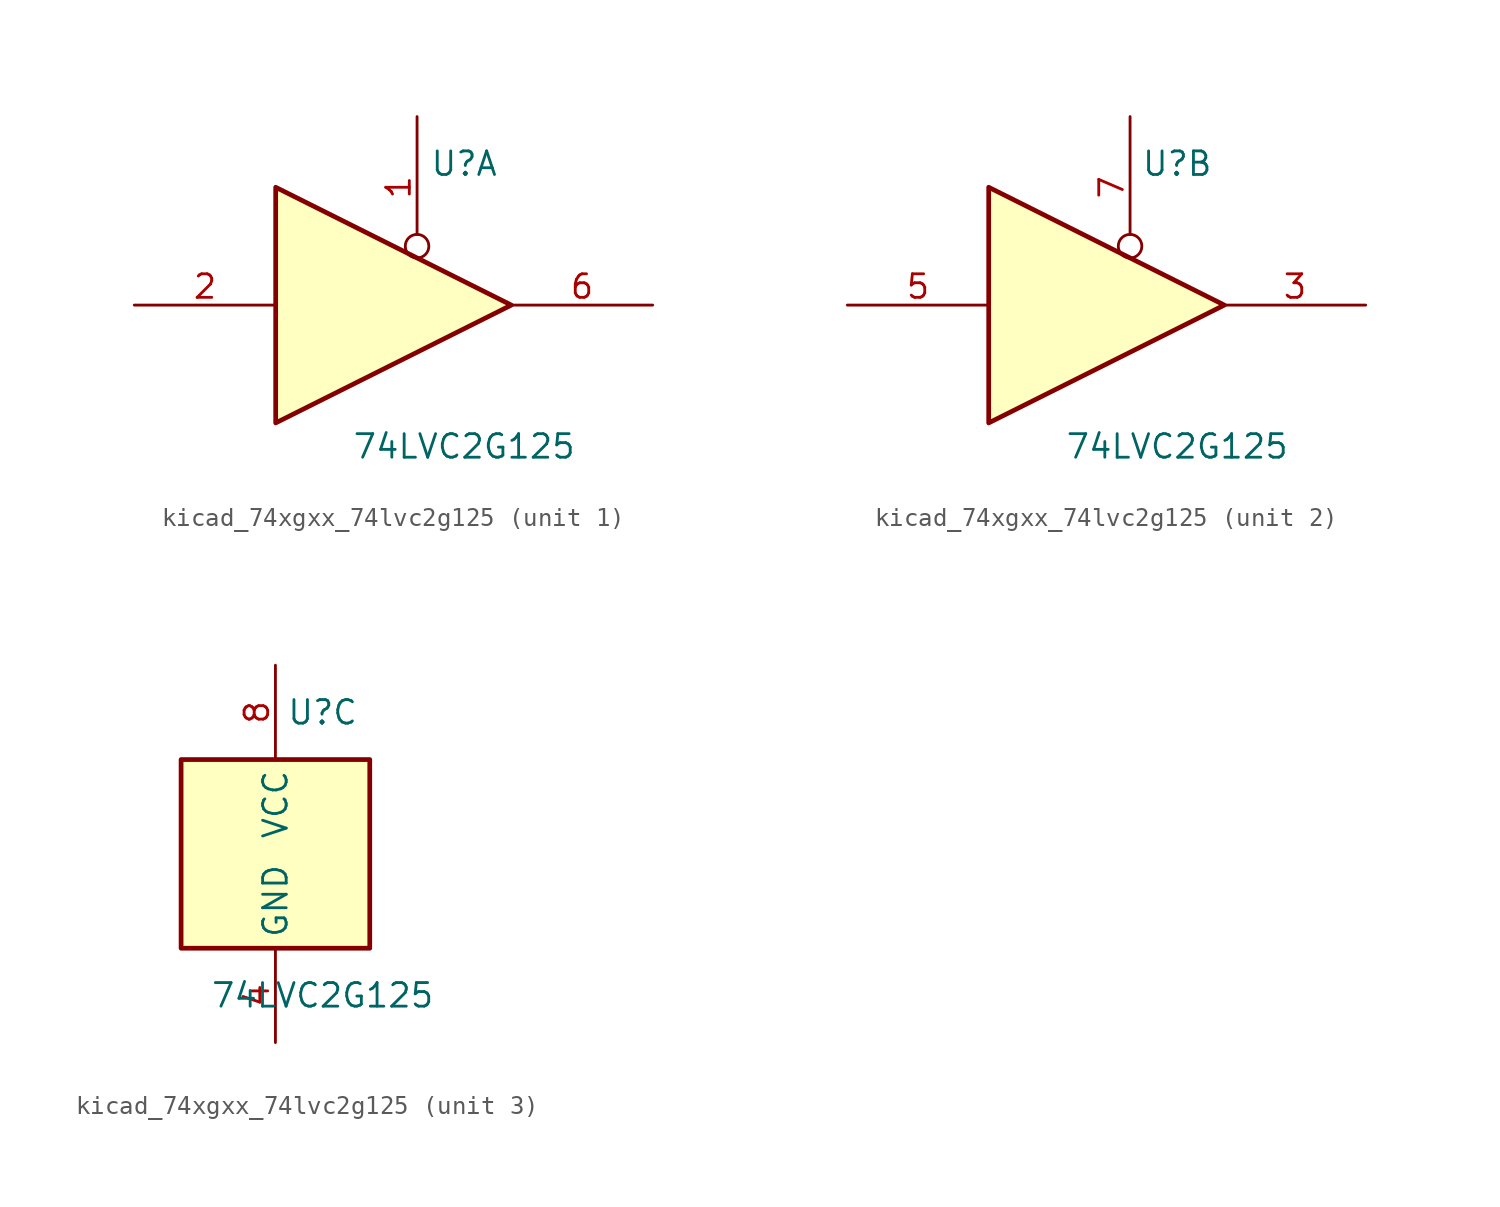
<source format=kicad_sym>
(kicad_symbol_lib
  (version 20220914)
  (generator kicad_symbol_editor)
  (symbol "kicad_74xgxx_74lvc2g125"
    (property "Reference" "U"
      (at 2.54 7.62 0)
      (effects (font (size 1.27 1.27))))
    (property "Value" "74LVC2G125"
      (at 2.54 -7.62 0)
      (effects (font (size 1.27 1.27))))
    (symbol "kicad_74xgxx_74lvc2g125_1_1"
      (polyline (pts (xy -7.62 6.35) (xy -7.62 -6.35) (xy 5.08 0) (xy -7.62 6.35)) (stroke (width 0.254) (type default)) (fill (type background)))
      (pin input inverted (at 0 10.16 270) (length 7.62) (name "~" (effects (font (size 1.27 1.27)))) (number "1" (effects (font (size 1.27 1.27)))))
      (pin input line (at -15.24 0 0) (length 7.62) (name "~" (effects (font (size 1.27 1.27)))) (number "2" (effects (font (size 1.27 1.27)))))
      (pin tri_state line (at 12.7 0 180) (length 7.62) (name "~" (effects (font (size 1.27 1.27)))) (number "6" (effects (font (size 1.27 1.27))))))
    (symbol "kicad_74xgxx_74lvc2g125_2_1"
      (polyline (pts (xy -7.62 6.35) (xy -7.62 -6.35) (xy 5.08 0) (xy -7.62 6.35)) (stroke (width 0.254) (type default)) (fill (type background)))
      (pin tri_state line (at 12.7 0 180) (length 7.62) (name "~" (effects (font (size 1.27 1.27)))) (number "3" (effects (font (size 1.27 1.27)))))
      (pin input line (at -15.24 0 0) (length 7.62) (name "~" (effects (font (size 1.27 1.27)))) (number "5" (effects (font (size 1.27 1.27)))))
      (pin input inverted (at 0 10.16 270) (length 7.62) (name "~" (effects (font (size 1.27 1.27)))) (number "7" (effects (font (size 1.27 1.27))))))
    (symbol "kicad_74xgxx_74lvc2g125_3_0"
      (rectangle (start -5.08 -5.08) (end 5.08 5.08) (stroke (width 0.254) (type default)) (fill (type background))))
    (symbol "kicad_74xgxx_74lvc2g125_3_1"
      (pin power_in line (at 0 -10.16 90) (length 5.08) (name "GND" (effects (font (size 1.27 1.27)))) (number "4" (effects (font (size 1.27 1.27)))))
      (pin power_in line (at 0 10.16 270) (length 5.08) (name "VCC" (effects (font (size 1.27 1.27)))) (number "8" (effects (font (size 1.27 1.27))))))))
</source>
